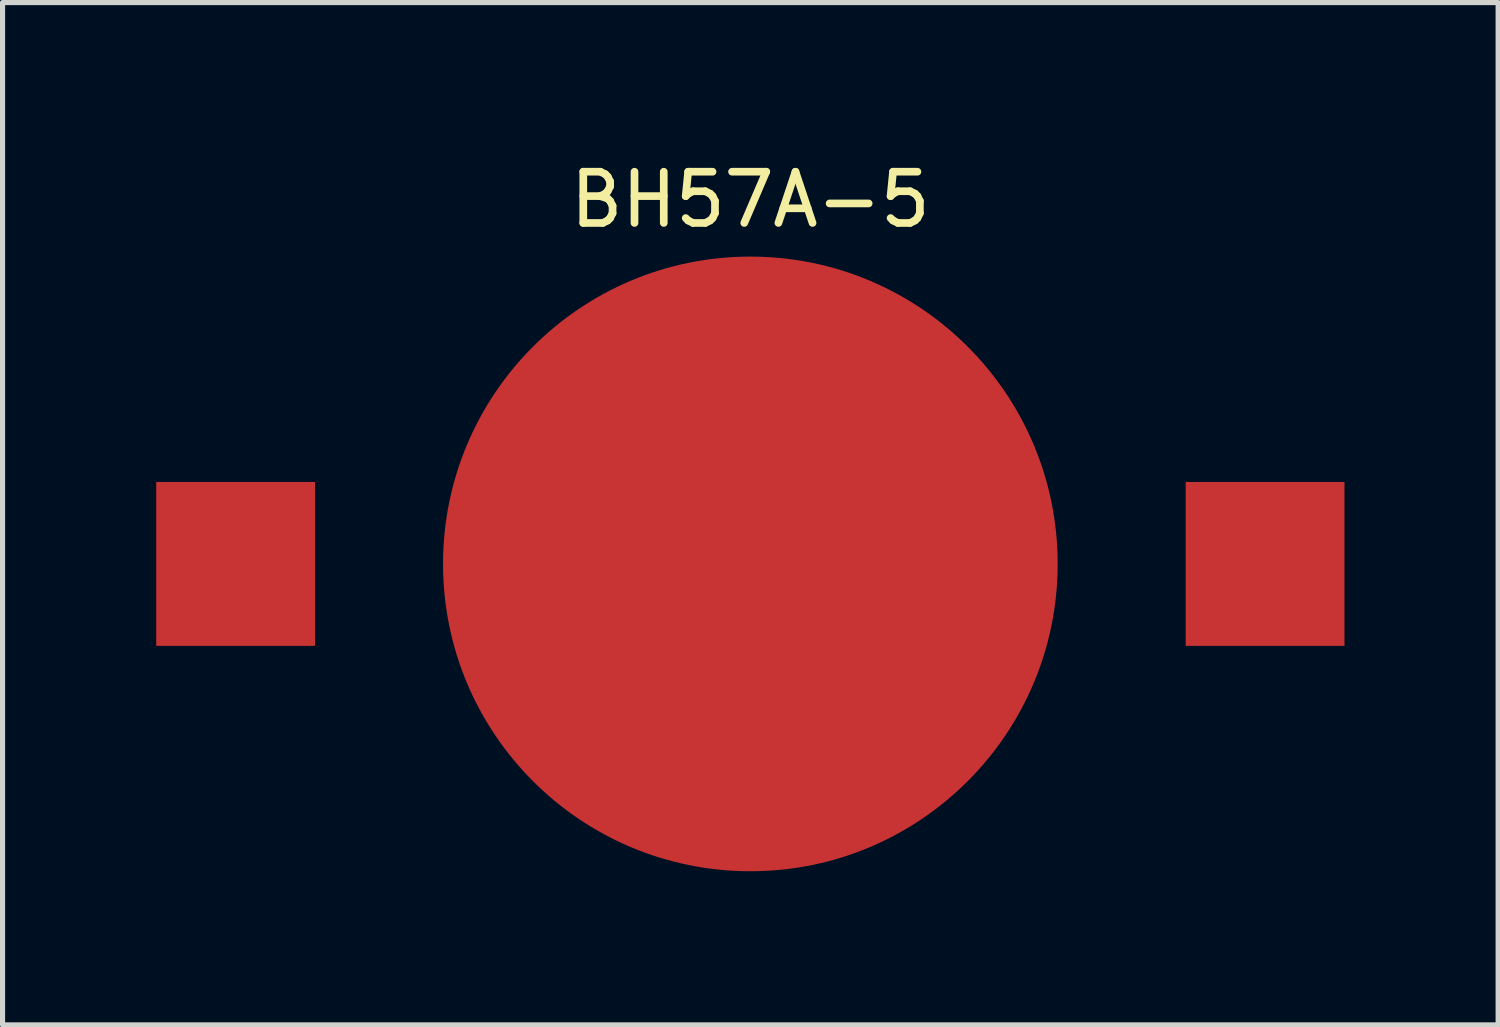
<source format=kicad_pcb>
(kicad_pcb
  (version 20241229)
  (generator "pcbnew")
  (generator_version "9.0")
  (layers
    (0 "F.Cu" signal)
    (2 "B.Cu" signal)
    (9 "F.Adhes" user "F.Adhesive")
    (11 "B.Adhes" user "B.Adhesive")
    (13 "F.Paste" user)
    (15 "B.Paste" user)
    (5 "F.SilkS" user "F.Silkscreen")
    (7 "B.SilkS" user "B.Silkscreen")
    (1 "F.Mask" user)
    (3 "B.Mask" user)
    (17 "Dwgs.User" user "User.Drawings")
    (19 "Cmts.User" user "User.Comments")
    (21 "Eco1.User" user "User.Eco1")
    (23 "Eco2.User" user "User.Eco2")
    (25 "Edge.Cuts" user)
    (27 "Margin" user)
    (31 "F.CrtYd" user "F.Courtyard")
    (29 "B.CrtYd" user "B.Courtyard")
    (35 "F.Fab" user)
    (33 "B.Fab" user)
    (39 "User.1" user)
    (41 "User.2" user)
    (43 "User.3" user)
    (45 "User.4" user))
  (footprint "BH57A-5"
    (layer "F.Cu")
    (at 11.6 7.96)
    (property "Reference" "BH57A-5" (at 0 -7.112 0) (layer "F.SilkS") (effects (font (size 1 1) (thickness 0.15))))
    (attr through_hole)
    (pad "1" smd rect (at -10.05 0) (size 3.1 3.2) (layers "F.Cu" "F.Mask" "F.Paste"))
    (pad "1" smd rect (at 10.05 0) (size 3.1 3.2) (layers "F.Cu" "F.Mask" "F.Paste"))
    (pad "2" smd circle (at 0 0) (size 12 12) (layers "F.Cu" "F.Mask" "F.Paste")))
  (gr_rect
    (start -3 -3)
    (end 26.2 16.96)
    (stroke (width 0.1) (type default))
    (fill no)
    (layer "Edge.Cuts")))
</source>
